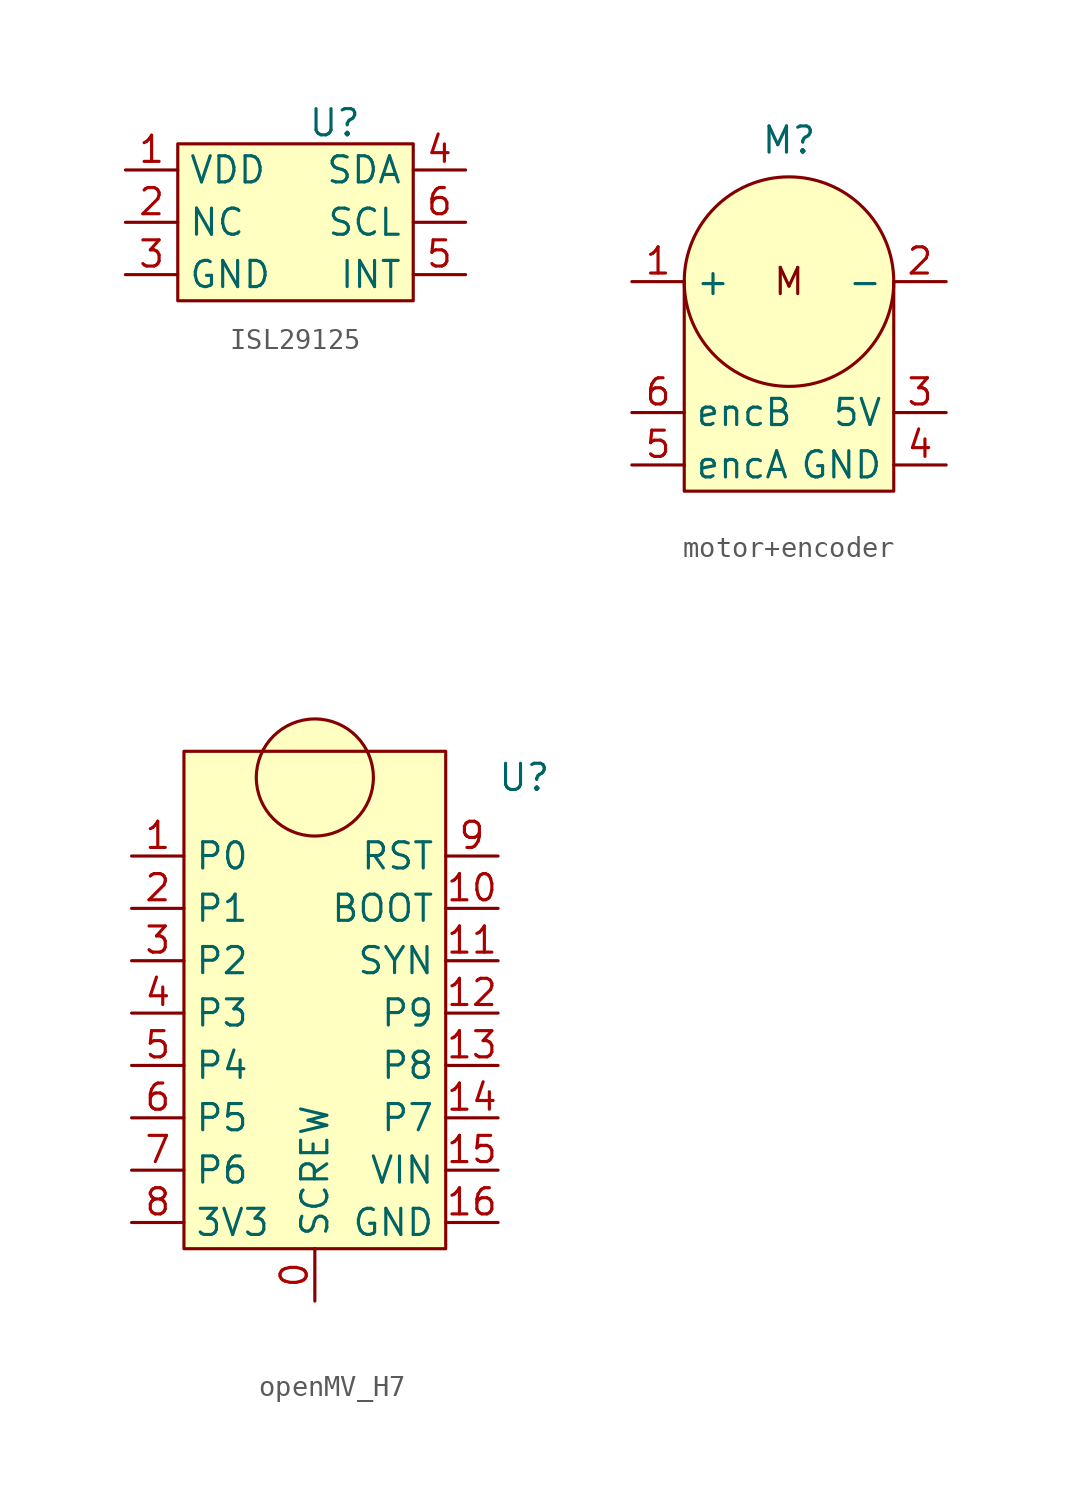
<source format=kicad_sym>
(kicad_symbol_lib
  (version 20241209)
  (generator "kicad_symbol_editor")
  (generator_version "9.0")
  (symbol "ISL29125"
    (property "Reference" "U"
      (at 0 3.556 0)
      (effects (font (size 1.27 1.27))))
    (property "Value" ""
      (at 0 0 0)
      (effects (font (size 1.27 1.27))))
    (symbol "ISL29125_1_1"
      (rectangle (start -7.62 2.54) (end 3.81 -5.08) (stroke (width 0) (type solid)) (fill (type background)))
      (pin power_in line (at -10.16 1.27 0) (length 2.54) (name "VDD" (effects (font (size 1.27 1.27)))) (number "1" (effects (font (size 1.27 1.27)))))
      (pin free line (at -10.16 -1.27 0) (length 2.54) (name "NC" (effects (font (size 1.27 1.27)))) (number "2" (effects (font (size 1.27 1.27)))))
      (pin power_in line (at -10.16 -3.81 0) (length 2.54) (name "GND" (effects (font (size 1.27 1.27)))) (number "3" (effects (font (size 1.27 1.27)))))
      (pin bidirectional line (at 6.35 1.27 180) (length 2.54) (name "SDA" (effects (font (size 1.27 1.27)))) (number "4" (effects (font (size 1.27 1.27)))))
      (pin bidirectional line (at 6.35 -1.27 180) (length 2.54) (name "SCL" (effects (font (size 1.27 1.27)))) (number "6" (effects (font (size 1.27 1.27)))))
      (pin bidirectional line (at 6.35 -3.81 180) (length 2.54) (name "INT" (effects (font (size 1.27 1.27)))) (number "5" (effects (font (size 1.27 1.27)))))))
  (symbol "motor+encoder"
    (property "Reference" "M"
      (at 0 6.858 0)
      (effects (font (size 1.27 1.27))))
    (property "Value" ""
      (at 0 0 0)
      (effects (font (size 1.27 1.27))))
    (symbol "motor+encoder_1_1"
      (polyline (pts (xy -5.08 0) (xy -5.08 -10.16) (xy 5.08 -10.16) (xy 5.08 0)) (stroke (width 0) (type solid)) (fill (type background)))
      (circle (center 0 0) (radius 5.08) (stroke (width 0) (type solid)) (fill (type background)))
      (text "M" (at 0 0 0) (effects (font (size 1.27 1.27))))
      (pin input line (at -7.62 0 0) (length 2.54) (name "+" (effects (font (size 1.27 1.27)))) (number "1" (effects (font (size 1.27 1.27)))))
      (pin output line (at -7.62 -6.35 0) (length 2.54) (name "encB" (effects (font (size 1.27 1.27)))) (number "6" (effects (font (size 1.27 1.27)))))
      (pin output line (at -7.62 -8.89 0) (length 2.54) (name "encA" (effects (font (size 1.27 1.27)))) (number "5" (effects (font (size 1.27 1.27)))))
      (pin input line (at 7.62 0 180) (length 2.54) (name "-" (effects (font (size 1.27 1.27)))) (number "2" (effects (font (size 1.27 1.27)))))
      (pin input line (at 7.62 -6.35 180) (length 2.54) (name "5V" (effects (font (size 1.27 1.27)))) (number "3" (effects (font (size 1.27 1.27)))))
      (pin input line (at 7.62 -8.89 180) (length 2.54) (name "GND" (effects (font (size 1.27 1.27)))) (number "4" (effects (font (size 1.27 1.27)))))))
  (symbol "openMV_H7"
    (property "Reference" "U"
      (at 0 2.54 0)
      (effects (font (size 1.27 1.27))))
    (property "Value" ""
      (at 0 0 0)
      (effects (font (size 1.27 1.27))))
    (symbol "openMV_H7_1_1"
      (rectangle (start -16.51 3.81) (end -3.81 -20.32) (stroke (width 0) (type solid)) (fill (type background)))
      (circle (center -10.16 2.54) (radius 2.84) (stroke (width 0) (type solid)) (fill (type background)))
      (pin bidirectional line (at -19.05 -1.27 0) (length 2.54) (name "P0" (effects (font (size 1.27 1.27)))) (number "1" (effects (font (size 1.27 1.27)))))
      (pin bidirectional line (at -19.05 -3.81 0) (length 2.54) (name "P1" (effects (font (size 1.27 1.27)))) (number "2" (effects (font (size 1.27 1.27)))))
      (pin bidirectional line (at -19.05 -6.35 0) (length 2.54) (name "P2" (effects (font (size 1.27 1.27)))) (number "3" (effects (font (size 1.27 1.27)))))
      (pin bidirectional line (at -19.05 -8.89 0) (length 2.54) (name "P3" (effects (font (size 1.27 1.27)))) (number "4" (effects (font (size 1.27 1.27)))))
      (pin bidirectional line (at -19.05 -11.43 0) (length 2.54) (name "P4" (effects (font (size 1.27 1.27)))) (number "5" (effects (font (size 1.27 1.27)))))
      (pin bidirectional line (at -19.05 -13.97 0) (length 2.54) (name "P5" (effects (font (size 1.27 1.27)))) (number "6" (effects (font (size 1.27 1.27)))))
      (pin bidirectional line (at -19.05 -16.51 0) (length 2.54) (name "P6" (effects (font (size 1.27 1.27)))) (number "7" (effects (font (size 1.27 1.27)))))
      (pin power_out line (at -19.05 -19.05 0) (length 2.54) (name "3V3" (effects (font (size 1.27 1.27)))) (number "8" (effects (font (size 1.27 1.27)))))
      (pin unspecified line (at -10.16 -22.86 90) (length 2.54) (name "SCREW" (effects (font (size 1.27 1.27)))) (number "0" (effects (font (size 1.27 1.27)))))
      (pin bidirectional line (at -1.27 -1.27 180) (length 2.54) (name "RST" (effects (font (size 1.27 1.27)))) (number "9" (effects (font (size 1.27 1.27)))))
      (pin bidirectional line (at -1.27 -3.81 180) (length 2.54) (name "BOOT" (effects (font (size 1.27 1.27)))) (number "10" (effects (font (size 1.27 1.27)))))
      (pin bidirectional line (at -1.27 -6.35 180) (length 2.54) (name "SYN" (effects (font (size 1.27 1.27)))) (number "11" (effects (font (size 1.27 1.27)))))
      (pin bidirectional line (at -1.27 -8.89 180) (length 2.54) (name "P9" (effects (font (size 1.27 1.27)))) (number "12" (effects (font (size 1.27 1.27)))))
      (pin bidirectional line (at -1.27 -11.43 180) (length 2.54) (name "P8" (effects (font (size 1.27 1.27)))) (number "13" (effects (font (size 1.27 1.27)))))
      (pin bidirectional line (at -1.27 -13.97 180) (length 2.54) (name "P7" (effects (font (size 1.27 1.27)))) (number "14" (effects (font (size 1.27 1.27)))))
      (pin power_in line (at -1.27 -16.51 180) (length 2.54) (name "VIN" (effects (font (size 1.27 1.27)))) (number "15" (effects (font (size 1.27 1.27)))))
      (pin power_in line (at -1.27 -19.05 180) (length 2.54) (name "GND" (effects (font (size 1.27 1.27)))) (number "16" (effects (font (size 1.27 1.27))))))))
</source>
